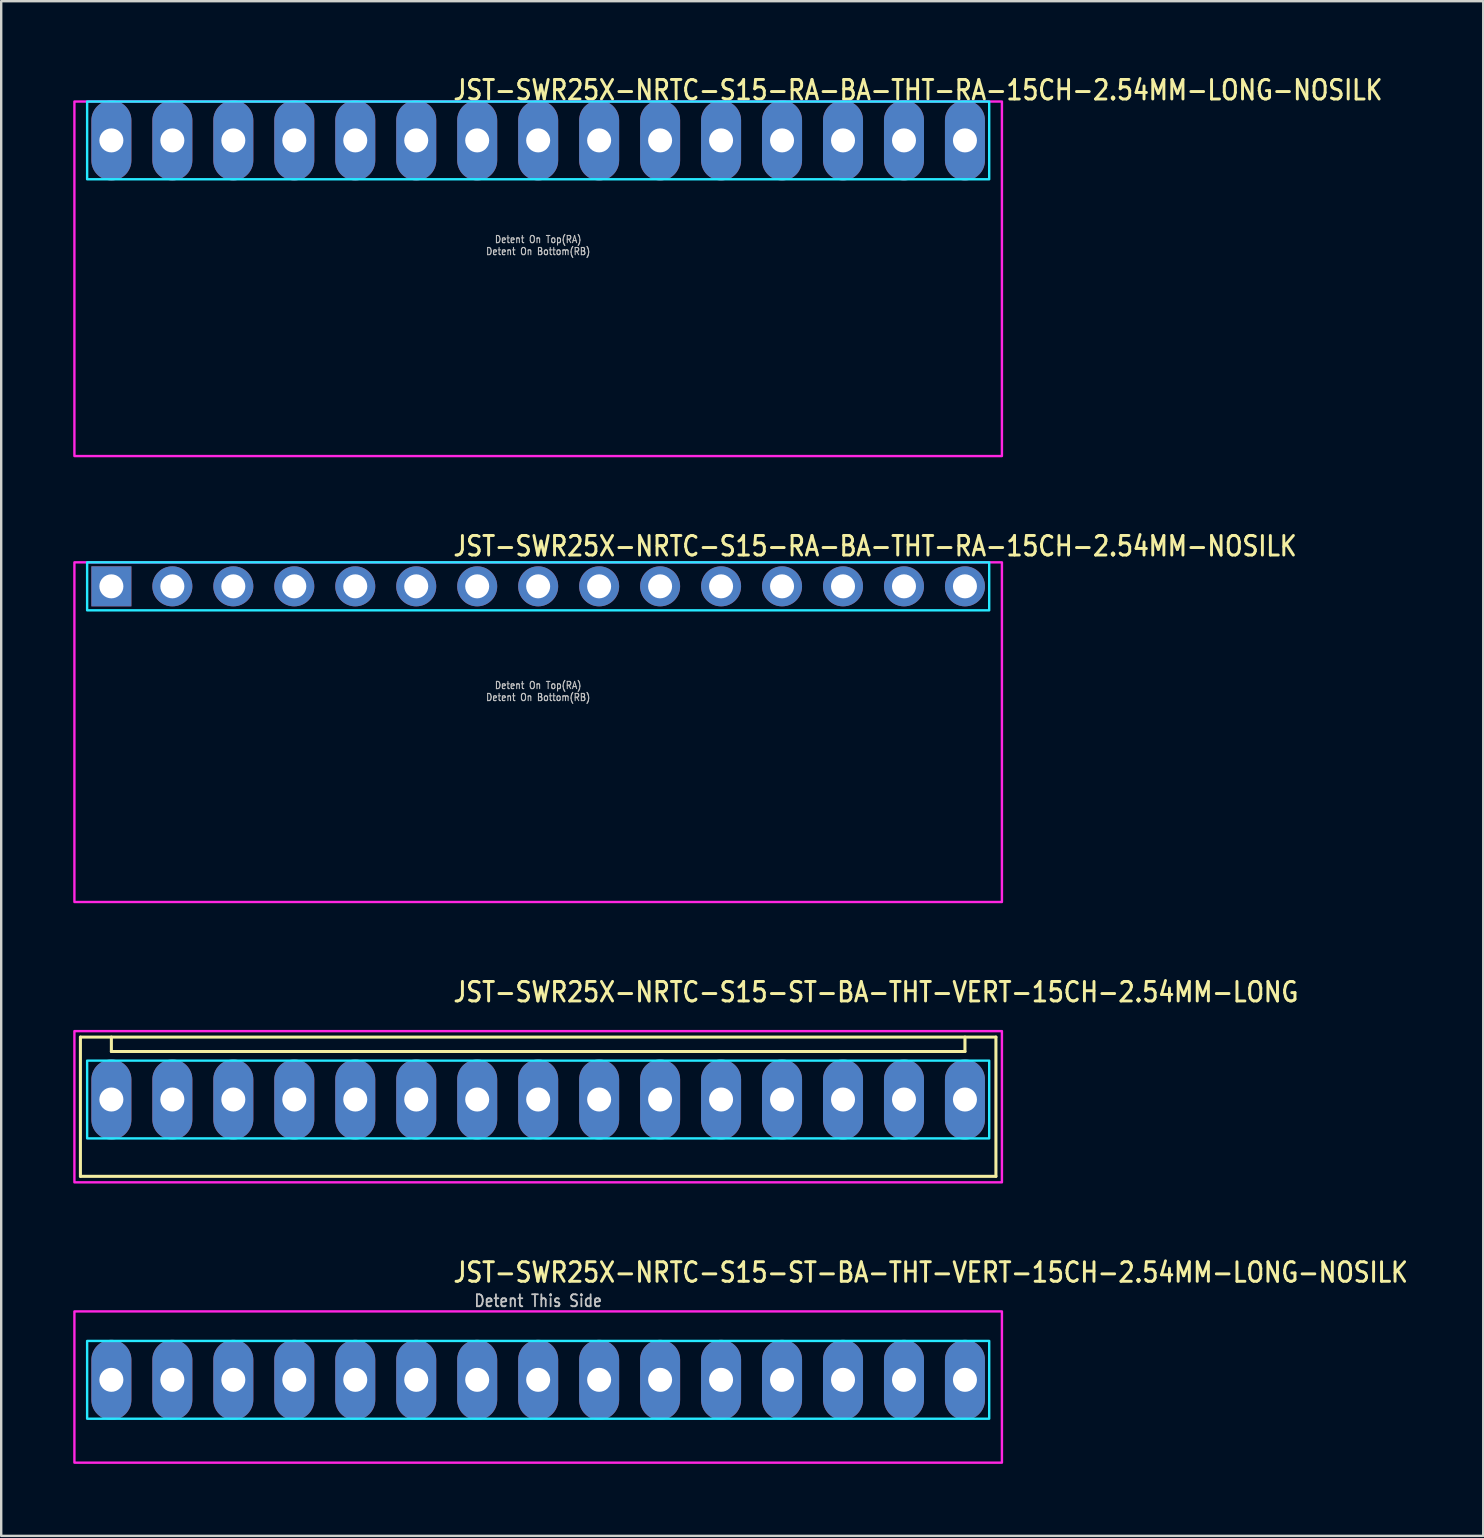
<source format=kicad_pcb>
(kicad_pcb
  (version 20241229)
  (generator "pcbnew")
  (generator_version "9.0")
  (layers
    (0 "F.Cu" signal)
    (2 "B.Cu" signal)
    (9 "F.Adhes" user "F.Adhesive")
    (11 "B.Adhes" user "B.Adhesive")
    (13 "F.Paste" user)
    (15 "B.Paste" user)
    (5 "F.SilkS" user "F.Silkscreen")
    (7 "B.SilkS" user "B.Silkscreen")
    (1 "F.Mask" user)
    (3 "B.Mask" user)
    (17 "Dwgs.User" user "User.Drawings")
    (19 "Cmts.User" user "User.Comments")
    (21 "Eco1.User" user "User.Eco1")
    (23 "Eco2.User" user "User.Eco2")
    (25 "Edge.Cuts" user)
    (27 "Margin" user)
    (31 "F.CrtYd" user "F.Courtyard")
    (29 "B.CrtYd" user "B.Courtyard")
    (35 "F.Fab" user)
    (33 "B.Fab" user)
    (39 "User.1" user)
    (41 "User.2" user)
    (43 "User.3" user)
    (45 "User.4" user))
  (footprint "JST-SWR25X-NRTC-S15-ST-BA-THT-VERT-15CH-2.54MM-LONG-NOSILK"
    (layer "F.Cu")
    (at 19.37 54.434)
    (property "Reference" "JST-SWR25X-NRTC-S15-ST-BA-THT-VERT-15CH-2.54MM-LONG-NOSILK" (at -3.6 -4 0) (unlocked yes) (layer "F.SilkS") (effects (font (size 0.813 0.695) (thickness 0.122)) (justify left bottom)))
    (fp_poly (pts (xy -18.79 -1.62) (xy -18.79 1.62) (xy 18.79 1.62) (xy 18.79 -1.62)) (stroke (width 0.1) (type solid)) (fill no) (layer "B.CrtYd"))
    (fp_poly (pts (xy -19.32 -2.85) (xy -19.32 3.45) (xy 19.32 3.45) (xy 19.32 -2.85)) (stroke (width 0.1) (type solid)) (fill no) (layer "F.CrtYd"))
    (fp_text user "Detent This Side" (at 0 -3 0) (unlocked yes) (layer "Dwgs.User") (effects (font (size 0.5 0.427) (thickness 0.075)) (justify bottom)))
    (pad "P$1" thru_hole oval (at -17.78 0 90) (size 3.333 1.667) (drill 1) (layers "*.Cu" "*.Mask"))
    (pad "P$2" thru_hole oval (at -15.24 0 90) (size 3.333 1.667) (drill 1) (layers "*.Cu" "*.Mask"))
    (pad "P$3" thru_hole oval (at -12.7 0 90) (size 3.333 1.667) (drill 1) (layers "*.Cu" "*.Mask"))
    (pad "P$4" thru_hole oval (at -10.16 0 90) (size 3.333 1.667) (drill 1) (layers "*.Cu" "*.Mask"))
    (pad "P$5" thru_hole oval (at -7.62 0 90) (size 3.333 1.667) (drill 1) (layers "*.Cu" "*.Mask"))
    (pad "P$6" thru_hole oval (at -5.08 0 90) (size 3.333 1.667) (drill 1) (layers "*.Cu" "*.Mask"))
    (pad "P$7" thru_hole oval (at -2.54 0 90) (size 3.333 1.667) (drill 1) (layers "*.Cu" "*.Mask"))
    (pad "P$8" thru_hole oval (at 0 0 90) (size 3.333 1.667) (drill 1) (layers "*.Cu" "*.Mask"))
    (pad "P$9" thru_hole oval (at 2.54 0 90) (size 3.333 1.667) (drill 1) (layers "*.Cu" "*.Mask"))
    (pad "P$10" thru_hole oval (at 5.08 0 90) (size 3.333 1.667) (drill 1) (layers "*.Cu" "*.Mask"))
    (pad "P$11" thru_hole oval (at 7.62 0 90) (size 3.333 1.667) (drill 1) (layers "*.Cu" "*.Mask"))
    (pad "P$12" thru_hole oval (at 10.16 0 90) (size 3.333 1.667) (drill 1) (layers "*.Cu" "*.Mask"))
    (pad "P$13" thru_hole oval (at 12.7 0 90) (size 3.333 1.667) (drill 1) (layers "*.Cu" "*.Mask"))
    (pad "P$14" thru_hole oval (at 15.24 0 90) (size 3.333 1.667) (drill 1) (layers "*.Cu" "*.Mask"))
    (pad "P$15" thru_hole oval (at 17.78 0 90) (size 3.333 1.667) (drill 1) (layers "*.Cu" "*.Mask")))
  (footprint "JST-SWR25X-NRTC-S15-RA-BA-THT-RA-15CH-2.54MM-NOSILK"
    (layer "F.Cu")
    (at 19.37 21.377)
    (property "Reference" "JST-SWR25X-NRTC-S15-RA-BA-THT-RA-15CH-2.54MM-NOSILK" (at -3.6 -1.2 0) (unlocked yes) (layer "F.SilkS") (effects (font (size 0.813 0.695) (thickness 0.122)) (justify left bottom)))
    (fp_poly (pts (xy -18.79 -1) (xy -18.79 1) (xy 18.79 1) (xy 18.79 -1)) (stroke (width 0.1) (type solid)) (fill no) (layer "B.CrtYd"))
    (fp_poly (pts (xy -19.32 -1) (xy -19.32 13.15) (xy 19.32 13.15) (xy 19.32 -1)) (stroke (width 0.1) (type solid)) (fill no) (layer "F.CrtYd"))
    (fp_text user "Detent On Bottom(RB)" (at 0 4.8 0) (unlocked yes) (layer "Dwgs.User") (effects (font (size 0.3 0.257) (thickness 0.045)) (justify bottom)))
    (fp_text user "Detent On Top(RA)" (at 0 4.3 0) (unlocked yes) (layer "Dwgs.User") (effects (font (size 0.3 0.257) (thickness 0.045)) (justify bottom)))
    (pad "1" thru_hole rect (at -17.78 0) (size 1.667 1.667) (drill 1) (layers "*.Cu" "*.Mask"))
    (pad "2" thru_hole oval (at -15.24 0) (size 1.667 1.667) (drill 1) (layers "*.Cu" "*.Mask"))
    (pad "3" thru_hole oval (at -12.7 0) (size 1.667 1.667) (drill 1) (layers "*.Cu" "*.Mask"))
    (pad "4" thru_hole oval (at -10.16 0) (size 1.667 1.667) (drill 1) (layers "*.Cu" "*.Mask"))
    (pad "5" thru_hole oval (at -7.62 0) (size 1.667 1.667) (drill 1) (layers "*.Cu" "*.Mask"))
    (pad "6" thru_hole oval (at -5.08 0) (size 1.667 1.667) (drill 1) (layers "*.Cu" "*.Mask"))
    (pad "7" thru_hole oval (at -2.54 0) (size 1.667 1.667) (drill 1) (layers "*.Cu" "*.Mask"))
    (pad "8" thru_hole oval (at 0 0) (size 1.667 1.667) (drill 1) (layers "*.Cu" "*.Mask"))
    (pad "9" thru_hole oval (at 2.54 0) (size 1.667 1.667) (drill 1) (layers "*.Cu" "*.Mask"))
    (pad "10" thru_hole oval (at 5.08 0) (size 1.667 1.667) (drill 1) (layers "*.Cu" "*.Mask"))
    (pad "11" thru_hole oval (at 7.62 0) (size 1.667 1.667) (drill 1) (layers "*.Cu" "*.Mask"))
    (pad "12" thru_hole oval (at 10.16 0) (size 1.667 1.667) (drill 1) (layers "*.Cu" "*.Mask"))
    (pad "13" thru_hole oval (at 12.7 0) (size 1.667 1.667) (drill 1) (layers "*.Cu" "*.Mask"))
    (pad "14" thru_hole oval (at 15.24 0) (size 1.667 1.667) (drill 1) (layers "*.Cu" "*.Mask"))
    (pad "15" thru_hole oval (at 17.78 0) (size 1.667 1.667) (drill 1) (layers "*.Cu" "*.Mask")))
  (footprint "JST-SWR25X-NRTC-S15-ST-BA-THT-VERT-15CH-2.54MM-LONG"
    (layer "F.Cu")
    (at 19.37 42.756)
    (property "Reference" "JST-SWR25X-NRTC-S15-ST-BA-THT-VERT-15CH-2.54MM-LONG" (at -3.6 -4 0) (unlocked yes) (layer "F.SilkS") (effects (font (size 0.813 0.695) (thickness 0.122)) (justify left bottom)))
    (fp_line (start -19.07 -2.6) (end 19.07 -2.6) (stroke (width 0.127) (type solid)) (layer "F.SilkS"))
    (fp_line (start -19.07 3.2) (end -19.07 -2.6) (stroke (width 0.127) (type solid)) (layer "F.SilkS"))
    (fp_line (start -19.07 3.2) (end 19.07 3.2) (stroke (width 0.127) (type solid)) (layer "F.SilkS"))
    (fp_line (start -17.78 -2.6) (end -17.78 -2) (stroke (width 0.127) (type solid)) (layer "F.SilkS"))
    (fp_line (start -17.78 -2) (end 17.78 -2) (stroke (width 0.127) (type solid)) (layer "F.SilkS"))
    (fp_line (start 17.78 -2.6) (end 17.78 -2) (stroke (width 0.127) (type solid)) (layer "F.SilkS"))
    (fp_line (start 19.07 -2.6) (end 19.07 3.2) (stroke (width 0.127) (type solid)) (layer "F.SilkS"))
    (fp_poly (pts (xy -18.79 -1.62) (xy -18.79 1.62) (xy 18.79 1.62) (xy 18.79 -1.62)) (stroke (width 0.1) (type solid)) (fill no) (layer "B.CrtYd"))
    (fp_poly (pts (xy -19.32 -2.85) (xy -19.32 3.45) (xy 19.32 3.45) (xy 19.32 -2.85)) (stroke (width 0.1) (type solid)) (fill no) (layer "F.CrtYd"))
    (pad "P$1" thru_hole oval (at -17.78 0 90) (size 3.333 1.667) (drill 1) (layers "*.Cu" "*.Mask"))
    (pad "P$2" thru_hole oval (at -15.24 0 90) (size 3.333 1.667) (drill 1) (layers "*.Cu" "*.Mask"))
    (pad "P$3" thru_hole oval (at -12.7 0 90) (size 3.333 1.667) (drill 1) (layers "*.Cu" "*.Mask"))
    (pad "P$4" thru_hole oval (at -10.16 0 90) (size 3.333 1.667) (drill 1) (layers "*.Cu" "*.Mask"))
    (pad "P$5" thru_hole oval (at -7.62 0 90) (size 3.333 1.667) (drill 1) (layers "*.Cu" "*.Mask"))
    (pad "P$6" thru_hole oval (at -5.08 0 90) (size 3.333 1.667) (drill 1) (layers "*.Cu" "*.Mask"))
    (pad "P$7" thru_hole oval (at -2.54 0 90) (size 3.333 1.667) (drill 1) (layers "*.Cu" "*.Mask"))
    (pad "P$8" thru_hole oval (at 0 0 90) (size 3.333 1.667) (drill 1) (layers "*.Cu" "*.Mask"))
    (pad "P$9" thru_hole oval (at 2.54 0 90) (size 3.333 1.667) (drill 1) (layers "*.Cu" "*.Mask"))
    (pad "P$10" thru_hole oval (at 5.08 0 90) (size 3.333 1.667) (drill 1) (layers "*.Cu" "*.Mask"))
    (pad "P$11" thru_hole oval (at 7.62 0 90) (size 3.333 1.667) (drill 1) (layers "*.Cu" "*.Mask"))
    (pad "P$12" thru_hole oval (at 10.16 0 90) (size 3.333 1.667) (drill 1) (layers "*.Cu" "*.Mask"))
    (pad "P$13" thru_hole oval (at 12.7 0 90) (size 3.333 1.667) (drill 1) (layers "*.Cu" "*.Mask"))
    (pad "P$14" thru_hole oval (at 15.24 0 90) (size 3.333 1.667) (drill 1) (layers "*.Cu" "*.Mask"))
    (pad "P$15" thru_hole oval (at 17.78 0 90) (size 3.333 1.667) (drill 1) (layers "*.Cu" "*.Mask")))
  (footprint "JST-SWR25X-NRTC-S15-RA-BA-THT-RA-15CH-2.54MM-LONG-NOSILK"
    (layer "F.Cu")
    (at 19.37 2.799)
    (property "Reference" "JST-SWR25X-NRTC-S15-RA-BA-THT-RA-15CH-2.54MM-LONG-NOSILK" (at -3.6 -1.62 0) (unlocked yes) (layer "F.SilkS") (effects (font (size 0.813 0.695) (thickness 0.122)) (justify left bottom)))
    (fp_poly (pts (xy -18.79 -1.62) (xy -18.79 1.62) (xy 18.79 1.62) (xy 18.79 -1.62)) (stroke (width 0.1) (type solid)) (fill no) (layer "B.CrtYd"))
    (fp_poly (pts (xy -19.32 -1.62) (xy -19.32 13.15) (xy 19.32 13.15) (xy 19.32 -1.62)) (stroke (width 0.1) (type solid)) (fill no) (layer "F.CrtYd"))
    (fp_text user "Detent On Bottom(RB)" (at 0 4.8 0) (unlocked yes) (layer "Dwgs.User") (effects (font (size 0.3 0.257) (thickness 0.045)) (justify bottom)))
    (fp_text user "Detent On Top(RA)" (at 0 4.3 0) (unlocked yes) (layer "Dwgs.User") (effects (font (size 0.3 0.257) (thickness 0.045)) (justify bottom)))
    (pad "1" thru_hole oval (at -17.78 0 90) (size 3.333 1.667) (drill 1) (layers "*.Cu" "*.Mask"))
    (pad "2" thru_hole oval (at -15.24 0 90) (size 3.333 1.667) (drill 1) (layers "*.Cu" "*.Mask"))
    (pad "3" thru_hole oval (at -12.7 0 90) (size 3.333 1.667) (drill 1) (layers "*.Cu" "*.Mask"))
    (pad "4" thru_hole oval (at -10.16 0 90) (size 3.333 1.667) (drill 1) (layers "*.Cu" "*.Mask"))
    (pad "5" thru_hole oval (at -7.62 0 90) (size 3.333 1.667) (drill 1) (layers "*.Cu" "*.Mask"))
    (pad "6" thru_hole oval (at -5.08 0 90) (size 3.333 1.667) (drill 1) (layers "*.Cu" "*.Mask"))
    (pad "7" thru_hole oval (at -2.54 0 90) (size 3.333 1.667) (drill 1) (layers "*.Cu" "*.Mask"))
    (pad "8" thru_hole oval (at 0 0 90) (size 3.333 1.667) (drill 1) (layers "*.Cu" "*.Mask"))
    (pad "9" thru_hole oval (at 2.54 0 90) (size 3.333 1.667) (drill 1) (layers "*.Cu" "*.Mask"))
    (pad "10" thru_hole oval (at 5.08 0 90) (size 3.333 1.667) (drill 1) (layers "*.Cu" "*.Mask"))
    (pad "11" thru_hole oval (at 7.62 0 90) (size 3.333 1.667) (drill 1) (layers "*.Cu" "*.Mask"))
    (pad "12" thru_hole oval (at 10.16 0 90) (size 3.333 1.667) (drill 1) (layers "*.Cu" "*.Mask"))
    (pad "13" thru_hole oval (at 12.7 0 90) (size 3.333 1.667) (drill 1) (layers "*.Cu" "*.Mask"))
    (pad "14" thru_hole oval (at 15.24 0 90) (size 3.333 1.667) (drill 1) (layers "*.Cu" "*.Mask"))
    (pad "15" thru_hole oval (at 17.78 0 90) (size 3.333 1.667) (drill 1) (layers "*.Cu" "*.Mask")))
  (gr_rect
    (start -3 -3)
    (end 58.741 60.934)
    (stroke (width 0.1) (type default))
    (fill no)
    (layer "Edge.Cuts")))
</source>
